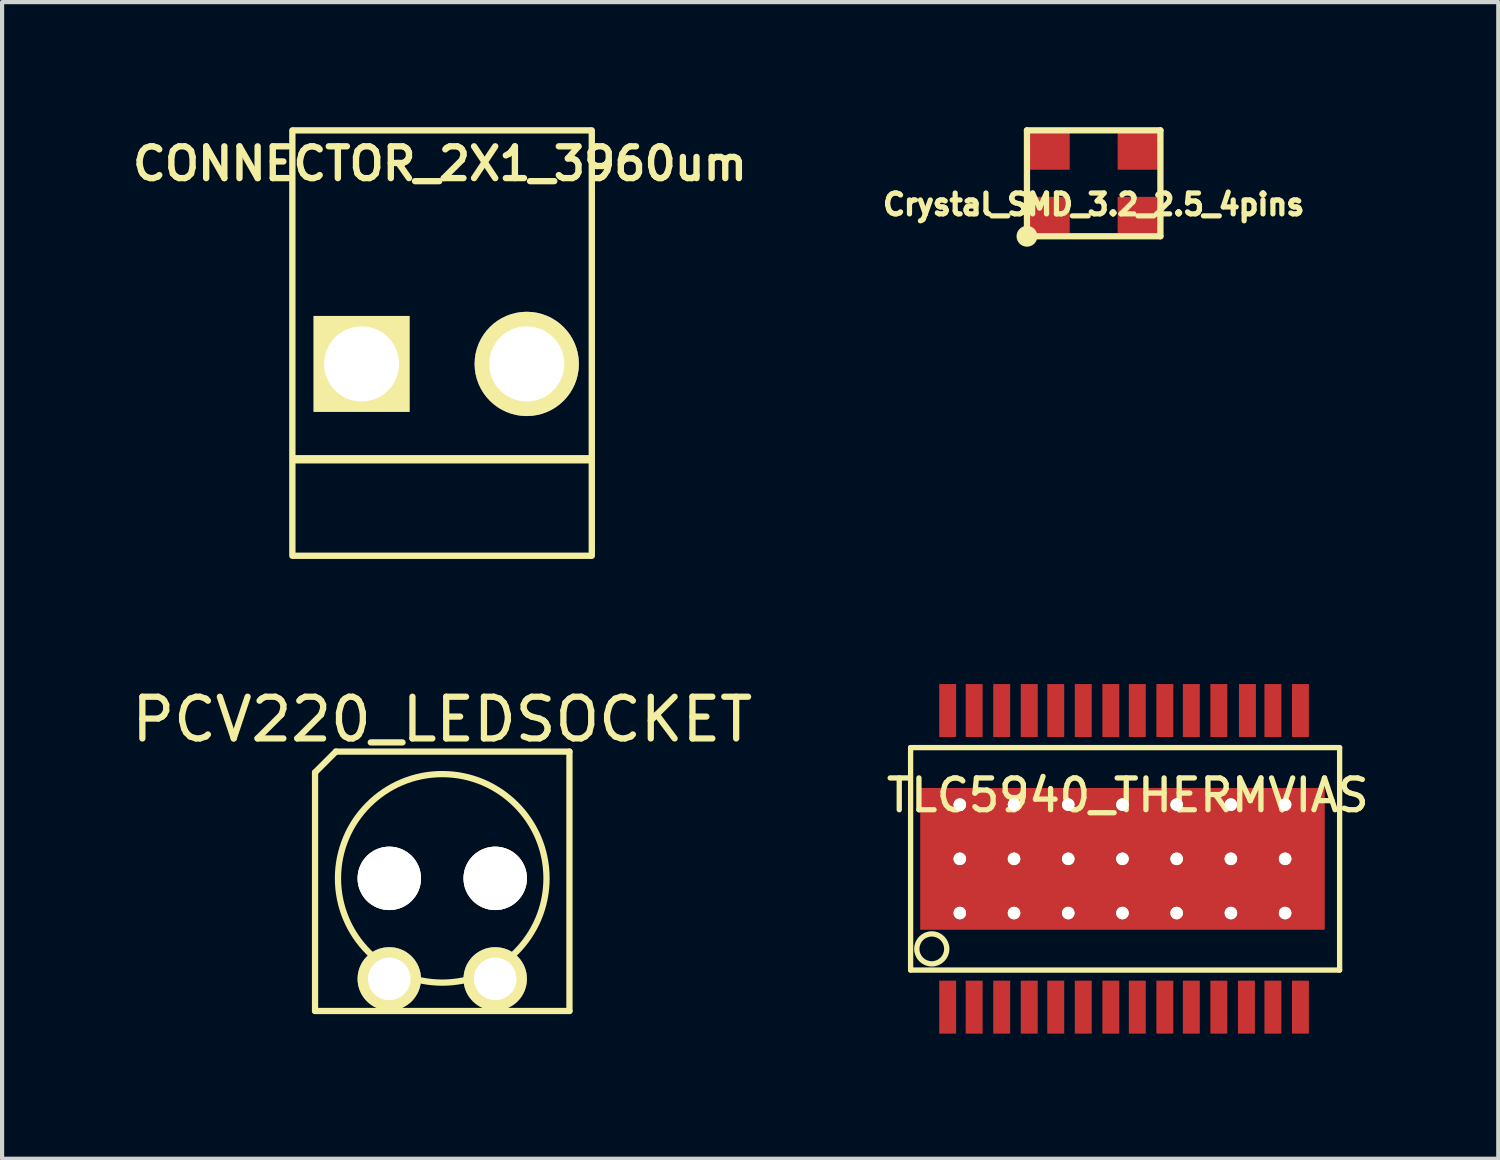
<source format=kicad_pcb>
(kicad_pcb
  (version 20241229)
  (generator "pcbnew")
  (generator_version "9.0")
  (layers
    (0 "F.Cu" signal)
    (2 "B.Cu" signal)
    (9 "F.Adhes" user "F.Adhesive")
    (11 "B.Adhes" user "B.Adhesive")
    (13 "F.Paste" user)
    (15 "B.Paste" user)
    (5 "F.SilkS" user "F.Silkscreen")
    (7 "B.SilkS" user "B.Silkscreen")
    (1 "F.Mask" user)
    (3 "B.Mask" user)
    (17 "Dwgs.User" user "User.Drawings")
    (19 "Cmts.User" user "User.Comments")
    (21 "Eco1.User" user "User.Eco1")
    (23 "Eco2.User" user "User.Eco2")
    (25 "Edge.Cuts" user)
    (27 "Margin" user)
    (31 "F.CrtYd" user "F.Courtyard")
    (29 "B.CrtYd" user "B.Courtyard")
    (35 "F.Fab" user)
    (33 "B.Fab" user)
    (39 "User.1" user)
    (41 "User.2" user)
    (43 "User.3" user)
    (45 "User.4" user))
  (footprint "CONNECTOR_2X1_3960um"
    (layer "F.Cu")
    (at 7.6 5.676)
    (property "Reference" "CONNECTOR_2X1_3960um" (at -0.1 -4.8 0) (layer "F.SilkS") (effects (font (size 0.762 0.762) (thickness 0.152))))
    (attr through_hole)
    (fp_line (start -3.64 4.6) (end -3.64 -5.6) (stroke (width 0.152) (type solid)) (layer "F.SilkS"))
    (fp_line (start -3.6 -5.6) (end 3.5 -5.6) (stroke (width 0.152) (type solid)) (layer "F.SilkS"))
    (fp_line (start -3.556 2.286) (end 3.5 2.286) (stroke (width 0.2) (type solid)) (layer "F.SilkS"))
    (fp_line (start 3.5 4.6) (end -3.6 4.6) (stroke (width 0.152) (type solid)) (layer "F.SilkS"))
    (fp_line (start 3.54 -5.6) (end 3.54 4.6) (stroke (width 0.152) (type solid)) (layer "F.SilkS"))
    (pad "1" thru_hole rect (at -1.98 0) (size 2.3 2.3) (drill 1.8) (layers "*.Cu" "*.Mask" "F.SilkS"))
    (pad "2" thru_hole circle (at 1.98 0) (size 2.5 2.5) (drill 1.8) (layers "*.Cu" "*.Mask" "F.SilkS")))
  (footprint "PCV220_LEDSOCKET"
    (layer "F.Cu")
    (at 7.554 18.011)
    (property "Reference" "PCV220_LEDSOCKET" (at 0 -3.81 0) (layer "F.SilkS") (effects (font (size 1 1) (thickness 0.15))))
    (attr through_hole)
    (fp_line (start -3.05 -2.54) (end -3.05 3.18) (stroke (width 0.15) (type solid)) (layer "F.SilkS"))
    (fp_line (start -3.05 -2.54) (end -2.55 -3.04) (stroke (width 0.15) (type solid)) (layer "F.SilkS"))
    (fp_line (start -3.05 3.18) (end 3.05 3.18) (stroke (width 0.15) (type solid)) (layer "F.SilkS"))
    (fp_line (start 3.05 -3.04) (end -2.55 -3.04) (stroke (width 0.15) (type solid)) (layer "F.SilkS"))
    (fp_line (start 3.05 3.18) (end 3.05 -3.04) (stroke (width 0.15) (type solid)) (layer "F.SilkS"))
    (fp_circle (center 0 0) (end 2.5 0) (stroke (width 0.15) (type solid)) (fill no) (layer "F.SilkS"))
    (pad "" thru_hole circle (at -1.27 0) (size 1.52 1.52) (drill 1.52) (layers "*.Cu" "*.Mask" "F.SilkS"))
    (pad "" thru_hole circle (at 1.27 0) (size 1.52 1.52) (drill 1.52) (layers "*.Cu" "*.Mask" "F.SilkS"))
    (pad "1" thru_hole circle (at -1.27 2.41) (size 1.52 1.52) (drill 1.02) (layers "*.Cu" "*.Mask" "F.SilkS"))
    (pad "2" thru_hole circle (at 1.27 2.41) (size 1.52 1.52) (drill 1.02) (layers "*.Cu" "*.Mask" "F.SilkS")))
  (footprint "Crystal_SMD_3.2_2.5_4pins"
    (layer "F.Cu")
    (at 23.174 1.345)
    (property "Reference" "Crystal_SMD_3.2_2.5_4pins" (at 0 0.508 0) (layer "F.SilkS") (effects (font (size 0.5 0.5) (thickness 0.125))))
    (attr through_hole)
    (fp_line (start -1.6 -1.27) (end 1.6 -1.27) (stroke (width 0.15) (type solid)) (layer "F.SilkS"))
    (fp_line (start -1.6 1.27) (end -1.6 -1.27) (stroke (width 0.15) (type solid)) (layer "F.SilkS"))
    (fp_line (start 1.6 -1.27) (end 1.6 1.27) (stroke (width 0.15) (type solid)) (layer "F.SilkS"))
    (fp_line (start 1.6 1.27) (end -1.6 1.27) (stroke (width 0.15) (type solid)) (layer "F.SilkS"))
    (fp_circle (center -1.6 1.27) (end -1.45 1.27) (stroke (width 0.2) (type solid)) (fill no) (layer "F.SilkS"))
    (pad "1" smd rect (at -1.075 0.775) (size 1 0.9) (layers "F.Cu" "F.Mask" "F.Paste"))
    (pad "2" smd rect (at 1.075 -0.775) (size 1 0.9) (layers "F.Cu" "F.Mask" "F.Paste"))
    (pad "3" smd rect (at -1.075 -0.775) (size 1 0.9) (layers "F.Cu" "F.Mask" "F.Paste"))
    (pad "3" smd rect (at 1.075 0.775) (size 1 0.9) (layers "F.Cu" "F.Mask" "F.Paste")))
  (footprint "TLC5940_THERMVIAS"
    (layer "F.Cu")
    (at 23.864 17.543)
    (property "Reference" "TLC5940_THERMVIAS" (at 0.127 -1.524 0) (layer "F.SilkS") (effects (font (size 0.762 0.762) (thickness 0.127))))
    (attr smd)
    (fp_line (start -5.08 -2.667) (end -5.08 2.667) (stroke (width 0.127) (type solid)) (layer "F.SilkS"))
    (fp_line (start -5.08 -2.667) (end 5.207 -2.667) (stroke (width 0.127) (type solid)) (layer "F.SilkS"))
    (fp_line (start 5.207 -2.667) (end 5.207 2.667) (stroke (width 0.127) (type solid)) (layer "F.SilkS"))
    (fp_line (start 5.207 2.667) (end -5.08 2.667) (stroke (width 0.127) (type solid)) (layer "F.SilkS"))
    (fp_circle (center -4.572 2.159) (end -4.826 1.905) (stroke (width 0.127) (type solid)) (fill no) (layer "F.SilkS"))
    (pad "" smd rect (at 0 0) (size 6.17 2.4) (layers "F.Mask" "F.Paste"))
    (pad "1" smd rect (at -4.191 3.556) (size 0.406 1.27) (layers "F.Cu" "F.Mask" "F.Paste"))
    (pad "1" thru_hole circle (at -3.9 -1.3) (size 0.3 0.3) (drill 0.3) (layers "*.Cu" "*.Mask" "F.SilkS"))
    (pad "1" thru_hole circle (at -3.9 0) (size 0.3 0.3) (drill 0.3) (layers "*.Cu" "*.Mask" "F.SilkS"))
    (pad "1" thru_hole circle (at -3.9 1.3) (size 0.3 0.3) (drill 0.3) (layers "*.Cu" "*.Mask" "F.SilkS"))
    (pad "1" thru_hole circle (at -2.6 -1.3) (size 0.3 0.3) (drill 0.3) (layers "*.Cu" "*.Mask" "F.SilkS"))
    (pad "1" thru_hole circle (at -2.6 0) (size 0.3 0.3) (drill 0.3) (layers "*.Cu" "*.Mask" "F.SilkS"))
    (pad "1" thru_hole circle (at -2.6 1.3) (size 0.3 0.3) (drill 0.3) (layers "*.Cu" "*.Mask" "F.SilkS"))
    (pad "1" thru_hole circle (at -1.3 -1.3) (size 0.3 0.3) (drill 0.3) (layers "*.Cu" "*.Mask" "F.SilkS"))
    (pad "1" thru_hole circle (at -1.3 0) (size 0.3 0.3) (drill 0.3) (layers "*.Cu" "*.Mask" "F.SilkS"))
    (pad "1" thru_hole circle (at -1.3 1.3) (size 0.3 0.3) (drill 0.3) (layers "*.Cu" "*.Mask" "F.SilkS"))
    (pad "1" thru_hole circle (at 0 -1.3) (size 0.3 0.3) (drill 0.3) (layers "*.Cu" "*.Mask" "F.SilkS"))
    (pad "1" thru_hole circle (at 0 0) (size 0.3 0.3) (drill 0.3) (layers "*.Cu" "*.Mask" "F.SilkS"))
    (pad "1" smd rect (at 0 0) (size 9.7 3.4) (layers "F.Cu"))
    (pad "1" thru_hole circle (at 0 1.3) (size 0.3 0.3) (drill 0.3) (layers "*.Cu" "*.Mask" "F.SilkS"))
    (pad "1" thru_hole circle (at 1.3 -1.3) (size 0.3 0.3) (drill 0.3) (layers "*.Cu" "*.Mask" "F.SilkS"))
    (pad "1" thru_hole circle (at 1.3 0) (size 0.3 0.3) (drill 0.3) (layers "*.Cu" "*.Mask" "F.SilkS"))
    (pad "1" thru_hole circle (at 1.3 1.3) (size 0.3 0.3) (drill 0.3) (layers "*.Cu" "*.Mask" "F.SilkS"))
    (pad "1" thru_hole circle (at 2.6 -1.3) (size 0.3 0.3) (drill 0.3) (layers "*.Cu" "*.Mask" "F.SilkS"))
    (pad "1" thru_hole circle (at 2.6 0) (size 0.3 0.3) (drill 0.3) (layers "*.Cu" "*.Mask" "F.SilkS"))
    (pad "1" thru_hole circle (at 2.6 1.3) (size 0.3 0.3) (drill 0.3) (layers "*.Cu" "*.Mask" "F.SilkS"))
    (pad "1" thru_hole circle (at 3.9 -1.3) (size 0.3 0.3) (drill 0.3) (layers "*.Cu" "*.Mask" "F.SilkS"))
    (pad "1" thru_hole circle (at 3.9 0) (size 0.3 0.3) (drill 0.3) (layers "*.Cu" "*.Mask" "F.SilkS"))
    (pad "1" thru_hole circle (at 3.9 1.3) (size 0.3 0.3) (drill 0.3) (layers "*.Cu" "*.Mask" "F.SilkS"))
    (pad "2" smd rect (at -3.556 3.556) (size 0.406 1.27) (layers "F.Cu" "F.Mask" "F.Paste"))
    (pad "3" smd rect (at -2.896 3.556) (size 0.406 1.27) (layers "F.Cu" "F.Mask" "F.Paste"))
    (pad "4" smd rect (at -2.235 3.556) (size 0.406 1.27) (layers "F.Cu" "F.Mask" "F.Paste"))
    (pad "5" smd rect (at -1.6 3.556) (size 0.406 1.27) (layers "F.Cu" "F.Mask" "F.Paste"))
    (pad "6" smd rect (at -0.94 3.556) (size 0.406 1.27) (layers "F.Cu" "F.Mask" "F.Paste"))
    (pad "7" smd rect (at -0.279 3.556) (size 0.406 1.27) (layers "F.Cu" "F.Mask" "F.Paste"))
    (pad "8" smd rect (at 0.356 3.556) (size 0.406 1.27) (layers "F.Cu" "F.Mask" "F.Paste"))
    (pad "9" smd rect (at 1.016 3.556) (size 0.406 1.27) (layers "F.Cu" "F.Mask" "F.Paste"))
    (pad "10" smd rect (at 1.651 3.556) (size 0.406 1.27) (layers "F.Cu" "F.Mask" "F.Paste"))
    (pad "11" smd rect (at 2.311 3.556) (size 0.406 1.27) (layers "F.Cu" "F.Mask" "F.Paste"))
    (pad "12" smd rect (at 2.972 3.556) (size 0.406 1.27) (layers "F.Cu" "F.Mask" "F.Paste"))
    (pad "13" smd rect (at 3.607 3.556) (size 0.406 1.27) (layers "F.Cu" "F.Mask" "F.Paste"))
    (pad "14" smd rect (at 4.267 3.556) (size 0.406 1.27) (layers "F.Cu" "F.Mask" "F.Paste"))
    (pad "15" smd rect (at 4.267 -3.556) (size 0.406 1.27) (layers "F.Cu" "F.Mask" "F.Paste"))
    (pad "16" smd rect (at 3.607 -3.556) (size 0.406 1.27) (layers "F.Cu" "F.Mask" "F.Paste"))
    (pad "17" smd rect (at 2.997 -3.556) (size 0.406 1.27) (layers "F.Cu" "F.Mask" "F.Paste"))
    (pad "18" smd rect (at 2.311 -3.556) (size 0.406 1.27) (layers "F.Cu" "F.Mask" "F.Paste"))
    (pad "19" smd rect (at 1.651 -3.556) (size 0.406 1.27) (layers "F.Cu" "F.Mask" "F.Paste"))
    (pad "20" smd rect (at 1.016 -3.556) (size 0.406 1.27) (layers "F.Cu" "F.Mask" "F.Paste"))
    (pad "21" smd rect (at 0.356 -3.556) (size 0.406 1.27) (layers "F.Cu" "F.Mask" "F.Paste"))
    (pad "22" smd rect (at -0.279 -3.556) (size 0.406 1.27) (layers "F.Cu" "F.Mask" "F.Paste"))
    (pad "23" smd rect (at -0.94 -3.556) (size 0.406 1.27) (layers "F.Cu" "F.Mask" "F.Paste"))
    (pad "24" smd rect (at -1.6 -3.556) (size 0.406 1.27) (layers "F.Cu" "F.Mask" "F.Paste"))
    (pad "25" smd rect (at -2.235 -3.556) (size 0.406 1.27) (layers "F.Cu" "F.Mask" "F.Paste"))
    (pad "26" smd rect (at -2.896 -3.556) (size 0.406 1.27) (layers "F.Cu" "F.Mask" "F.Paste"))
    (pad "27" smd rect (at -3.556 -3.556) (size 0.406 1.27) (layers "F.Cu" "F.Mask" "F.Paste"))
    (pad "28" smd rect (at -4.191 -3.556) (size 0.406 1.27) (layers "F.Cu" "F.Mask" "F.Paste")))
  (gr_rect
    (start -3 -3)
    (end 32.875 24.734)
    (stroke (width 0.1) (type default))
    (fill no)
    (layer "Edge.Cuts")))
</source>
